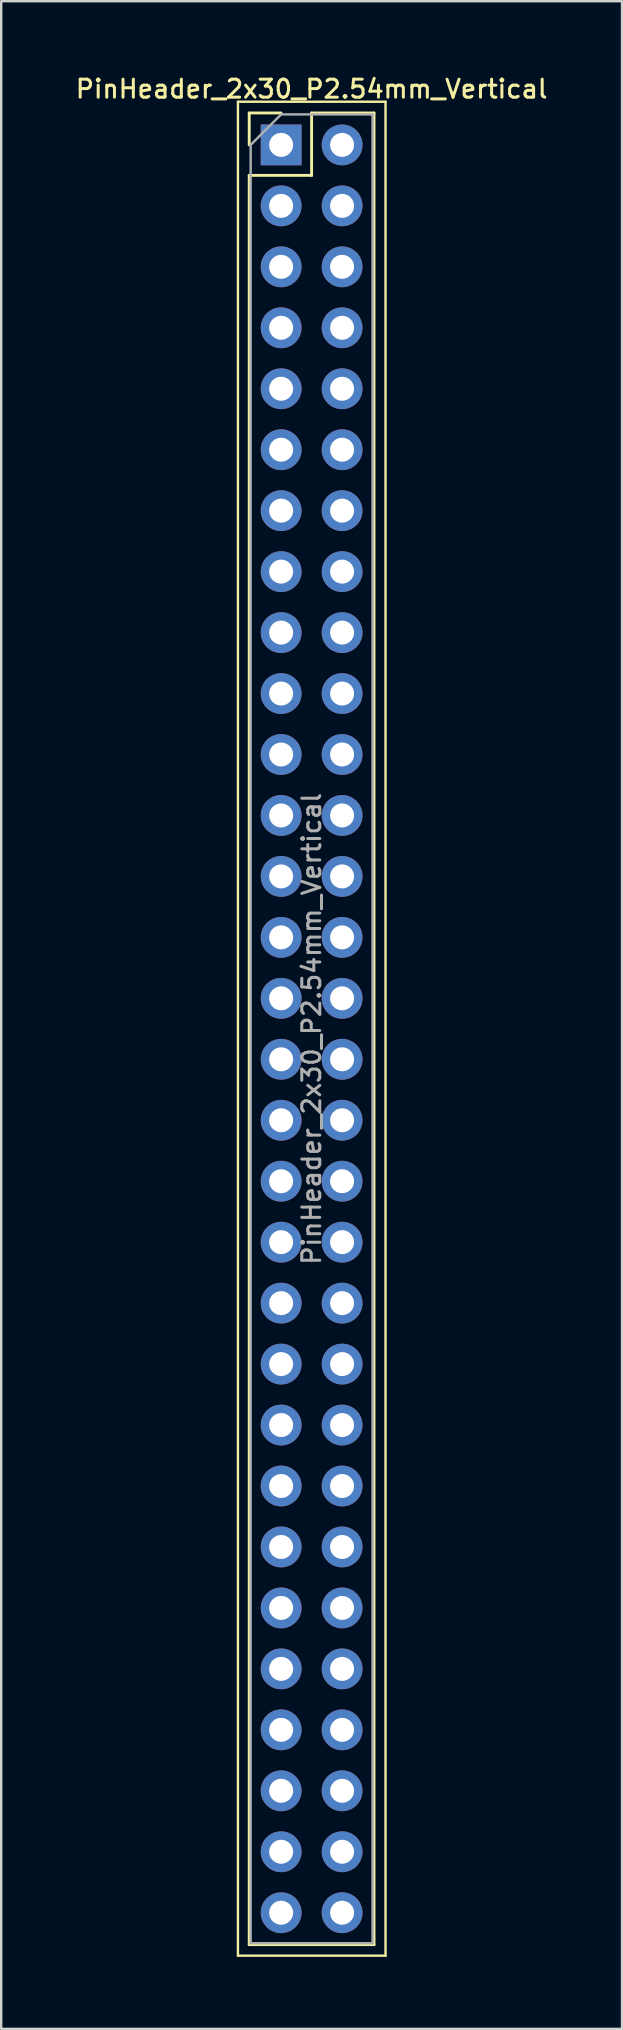
<source format=kicad_pcb>
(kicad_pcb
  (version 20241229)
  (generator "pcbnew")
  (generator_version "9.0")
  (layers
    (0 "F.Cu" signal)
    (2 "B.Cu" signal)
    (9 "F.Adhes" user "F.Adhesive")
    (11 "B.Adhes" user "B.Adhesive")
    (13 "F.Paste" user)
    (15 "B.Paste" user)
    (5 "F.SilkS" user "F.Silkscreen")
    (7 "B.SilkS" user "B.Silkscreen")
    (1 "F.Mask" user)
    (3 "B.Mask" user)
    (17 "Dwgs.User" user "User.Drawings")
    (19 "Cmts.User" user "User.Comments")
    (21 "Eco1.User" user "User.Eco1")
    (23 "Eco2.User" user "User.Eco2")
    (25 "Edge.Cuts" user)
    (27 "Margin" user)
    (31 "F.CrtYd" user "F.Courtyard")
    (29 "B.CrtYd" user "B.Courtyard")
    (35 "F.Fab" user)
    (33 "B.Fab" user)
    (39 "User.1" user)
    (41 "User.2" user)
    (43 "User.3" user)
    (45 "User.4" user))
  (footprint "PinHeader_2x30_P2.54mm_Vertical"
    (layer "F.Cu")
    (at 8.664 2.988)
    (property "Reference" "PinHeader_2x30_P2.54mm_Vertical" (at 1.27 -2.33 0) (layer "F.SilkS") (effects (font (size 0.75 0.75) (thickness 0.125))))
    (attr through_hole)
    (fp_line (start -1.8 -1.8) (end -1.8 75.45) (stroke (width 0.1) (type solid)) (layer "F.SilkS"))
    (fp_line (start -1.8 75.45) (end 4.35 75.45) (stroke (width 0.1) (type solid)) (layer "F.SilkS"))
    (fp_line (start -1.33 -1.33) (end 0 -1.33) (stroke (width 0.12) (type solid)) (layer "F.SilkS"))
    (fp_line (start -1.33 0) (end -1.33 -1.33) (stroke (width 0.12) (type solid)) (layer "F.SilkS"))
    (fp_line (start -1.33 1.27) (end -1.33 74.99) (stroke (width 0.12) (type solid)) (layer "F.SilkS"))
    (fp_line (start -1.33 1.27) (end 1.27 1.27) (stroke (width 0.12) (type solid)) (layer "F.SilkS"))
    (fp_line (start -1.33 74.99) (end 3.87 74.99) (stroke (width 0.12) (type solid)) (layer "F.SilkS"))
    (fp_line (start 1.27 -1.33) (end 3.87 -1.33) (stroke (width 0.12) (type solid)) (layer "F.SilkS"))
    (fp_line (start 1.27 1.27) (end 1.27 -1.33) (stroke (width 0.12) (type solid)) (layer "F.SilkS"))
    (fp_line (start 3.87 -1.33) (end 3.87 74.99) (stroke (width 0.12) (type solid)) (layer "F.SilkS"))
    (fp_line (start 4.35 -1.8) (end -1.8 -1.8) (stroke (width 0.1) (type solid)) (layer "F.SilkS"))
    (fp_line (start 4.35 75.45) (end 4.35 -1.8) (stroke (width 0.1) (type solid)) (layer "F.SilkS"))
    (fp_line (start -1.27 0) (end 0 -1.27) (stroke (width 0.1) (type solid)) (layer "F.Fab"))
    (fp_line (start -1.27 74.93) (end -1.27 0) (stroke (width 0.1) (type solid)) (layer "F.Fab"))
    (fp_line (start 0 -1.27) (end 3.81 -1.27) (stroke (width 0.1) (type solid)) (layer "F.Fab"))
    (fp_line (start 3.81 -1.27) (end 3.81 74.93) (stroke (width 0.1) (type solid)) (layer "F.Fab"))
    (fp_line (start 3.81 74.93) (end -1.27 74.93) (stroke (width 0.1) (type solid)) (layer "F.Fab"))
    (fp_text user "${REFERENCE}" (at 1.27 36.83 90) (layer "F.Fab") (effects (font (size 0.75 0.75) (thickness 0.125))))
    (pad "1" thru_hole rect (at 0 0) (size 1.7 1.7) (drill 1) (layers "*.Cu" "*.Mask"))
    (pad "2" thru_hole oval (at 2.54 0) (size 1.7 1.7) (drill 1) (layers "*.Cu" "*.Mask"))
    (pad "3" thru_hole oval (at 0 2.54) (size 1.7 1.7) (drill 1) (layers "*.Cu" "*.Mask"))
    (pad "4" thru_hole oval (at 2.54 2.54) (size 1.7 1.7) (drill 1) (layers "*.Cu" "*.Mask"))
    (pad "5" thru_hole oval (at 0 5.08) (size 1.7 1.7) (drill 1) (layers "*.Cu" "*.Mask"))
    (pad "6" thru_hole oval (at 2.54 5.08) (size 1.7 1.7) (drill 1) (layers "*.Cu" "*.Mask"))
    (pad "7" thru_hole oval (at 0 7.62) (size 1.7 1.7) (drill 1) (layers "*.Cu" "*.Mask"))
    (pad "8" thru_hole oval (at 2.54 7.62) (size 1.7 1.7) (drill 1) (layers "*.Cu" "*.Mask"))
    (pad "9" thru_hole oval (at 0 10.16) (size 1.7 1.7) (drill 1) (layers "*.Cu" "*.Mask"))
    (pad "10" thru_hole oval (at 2.54 10.16) (size 1.7 1.7) (drill 1) (layers "*.Cu" "*.Mask"))
    (pad "11" thru_hole oval (at 0 12.7) (size 1.7 1.7) (drill 1) (layers "*.Cu" "*.Mask"))
    (pad "12" thru_hole oval (at 2.54 12.7) (size 1.7 1.7) (drill 1) (layers "*.Cu" "*.Mask"))
    (pad "13" thru_hole oval (at 0 15.24) (size 1.7 1.7) (drill 1) (layers "*.Cu" "*.Mask"))
    (pad "14" thru_hole oval (at 2.54 15.24) (size 1.7 1.7) (drill 1) (layers "*.Cu" "*.Mask"))
    (pad "15" thru_hole oval (at 0 17.78) (size 1.7 1.7) (drill 1) (layers "*.Cu" "*.Mask"))
    (pad "16" thru_hole oval (at 2.54 17.78) (size 1.7 1.7) (drill 1) (layers "*.Cu" "*.Mask"))
    (pad "17" thru_hole oval (at 0 20.32) (size 1.7 1.7) (drill 1) (layers "*.Cu" "*.Mask"))
    (pad "18" thru_hole oval (at 2.54 20.32) (size 1.7 1.7) (drill 1) (layers "*.Cu" "*.Mask"))
    (pad "19" thru_hole oval (at 0 22.86) (size 1.7 1.7) (drill 1) (layers "*.Cu" "*.Mask"))
    (pad "20" thru_hole oval (at 2.54 22.86) (size 1.7 1.7) (drill 1) (layers "*.Cu" "*.Mask"))
    (pad "21" thru_hole oval (at 0 25.4) (size 1.7 1.7) (drill 1) (layers "*.Cu" "*.Mask"))
    (pad "22" thru_hole oval (at 2.54 25.4) (size 1.7 1.7) (drill 1) (layers "*.Cu" "*.Mask"))
    (pad "23" thru_hole oval (at 0 27.94) (size 1.7 1.7) (drill 1) (layers "*.Cu" "*.Mask"))
    (pad "24" thru_hole oval (at 2.54 27.94) (size 1.7 1.7) (drill 1) (layers "*.Cu" "*.Mask"))
    (pad "25" thru_hole oval (at 0 30.48) (size 1.7 1.7) (drill 1) (layers "*.Cu" "*.Mask"))
    (pad "26" thru_hole oval (at 2.54 30.48) (size 1.7 1.7) (drill 1) (layers "*.Cu" "*.Mask"))
    (pad "27" thru_hole oval (at 0 33.02) (size 1.7 1.7) (drill 1) (layers "*.Cu" "*.Mask"))
    (pad "28" thru_hole oval (at 2.54 33.02) (size 1.7 1.7) (drill 1) (layers "*.Cu" "*.Mask"))
    (pad "29" thru_hole oval (at 0 35.56) (size 1.7 1.7) (drill 1) (layers "*.Cu" "*.Mask"))
    (pad "30" thru_hole oval (at 2.54 35.56) (size 1.7 1.7) (drill 1) (layers "*.Cu" "*.Mask"))
    (pad "31" thru_hole oval (at 0 38.1) (size 1.7 1.7) (drill 1) (layers "*.Cu" "*.Mask"))
    (pad "32" thru_hole oval (at 2.54 38.1) (size 1.7 1.7) (drill 1) (layers "*.Cu" "*.Mask"))
    (pad "33" thru_hole oval (at 0 40.64) (size 1.7 1.7) (drill 1) (layers "*.Cu" "*.Mask"))
    (pad "34" thru_hole oval (at 2.54 40.64) (size 1.7 1.7) (drill 1) (layers "*.Cu" "*.Mask"))
    (pad "35" thru_hole oval (at 0 43.18) (size 1.7 1.7) (drill 1) (layers "*.Cu" "*.Mask"))
    (pad "36" thru_hole oval (at 2.54 43.18) (size 1.7 1.7) (drill 1) (layers "*.Cu" "*.Mask"))
    (pad "37" thru_hole oval (at 0 45.72) (size 1.7 1.7) (drill 1) (layers "*.Cu" "*.Mask"))
    (pad "38" thru_hole oval (at 2.54 45.72) (size 1.7 1.7) (drill 1) (layers "*.Cu" "*.Mask"))
    (pad "39" thru_hole oval (at 0 48.26) (size 1.7 1.7) (drill 1) (layers "*.Cu" "*.Mask"))
    (pad "40" thru_hole oval (at 2.54 48.26) (size 1.7 1.7) (drill 1) (layers "*.Cu" "*.Mask"))
    (pad "41" thru_hole oval (at 0 50.8) (size 1.7 1.7) (drill 1) (layers "*.Cu" "*.Mask"))
    (pad "42" thru_hole oval (at 2.54 50.8) (size 1.7 1.7) (drill 1) (layers "*.Cu" "*.Mask"))
    (pad "43" thru_hole oval (at 0 53.34) (size 1.7 1.7) (drill 1) (layers "*.Cu" "*.Mask"))
    (pad "44" thru_hole oval (at 2.54 53.34) (size 1.7 1.7) (drill 1) (layers "*.Cu" "*.Mask"))
    (pad "45" thru_hole oval (at 0 55.88) (size 1.7 1.7) (drill 1) (layers "*.Cu" "*.Mask"))
    (pad "46" thru_hole oval (at 2.54 55.88) (size 1.7 1.7) (drill 1) (layers "*.Cu" "*.Mask"))
    (pad "47" thru_hole oval (at 0 58.42) (size 1.7 1.7) (drill 1) (layers "*.Cu" "*.Mask"))
    (pad "48" thru_hole oval (at 2.54 58.42) (size 1.7 1.7) (drill 1) (layers "*.Cu" "*.Mask"))
    (pad "49" thru_hole oval (at 0 60.96) (size 1.7 1.7) (drill 1) (layers "*.Cu" "*.Mask"))
    (pad "50" thru_hole oval (at 2.54 60.96) (size 1.7 1.7) (drill 1) (layers "*.Cu" "*.Mask"))
    (pad "51" thru_hole oval (at 0 63.5) (size 1.7 1.7) (drill 1) (layers "*.Cu" "*.Mask"))
    (pad "52" thru_hole oval (at 2.54 63.5) (size 1.7 1.7) (drill 1) (layers "*.Cu" "*.Mask"))
    (pad "53" thru_hole oval (at 0 66.04) (size 1.7 1.7) (drill 1) (layers "*.Cu" "*.Mask"))
    (pad "54" thru_hole oval (at 2.54 66.04) (size 1.7 1.7) (drill 1) (layers "*.Cu" "*.Mask"))
    (pad "55" thru_hole oval (at 0 68.58) (size 1.7 1.7) (drill 1) (layers "*.Cu" "*.Mask"))
    (pad "56" thru_hole oval (at 2.54 68.58) (size 1.7 1.7) (drill 1) (layers "*.Cu" "*.Mask"))
    (pad "57" thru_hole oval (at 0 71.12) (size 1.7 1.7) (drill 1) (layers "*.Cu" "*.Mask"))
    (pad "58" thru_hole oval (at 2.54 71.12) (size 1.7 1.7) (drill 1) (layers "*.Cu" "*.Mask"))
    (pad "59" thru_hole oval (at 0 73.66) (size 1.7 1.7) (drill 1) (layers "*.Cu" "*.Mask"))
    (pad "60" thru_hole oval (at 2.54 73.66) (size 1.7 1.7) (drill 1) (layers "*.Cu" "*.Mask")))
  (gr_rect
    (start -3 -3)
    (end 22.868 81.488)
    (stroke (width 0.1) (type default))
    (fill no)
    (layer "Edge.Cuts")))
</source>
